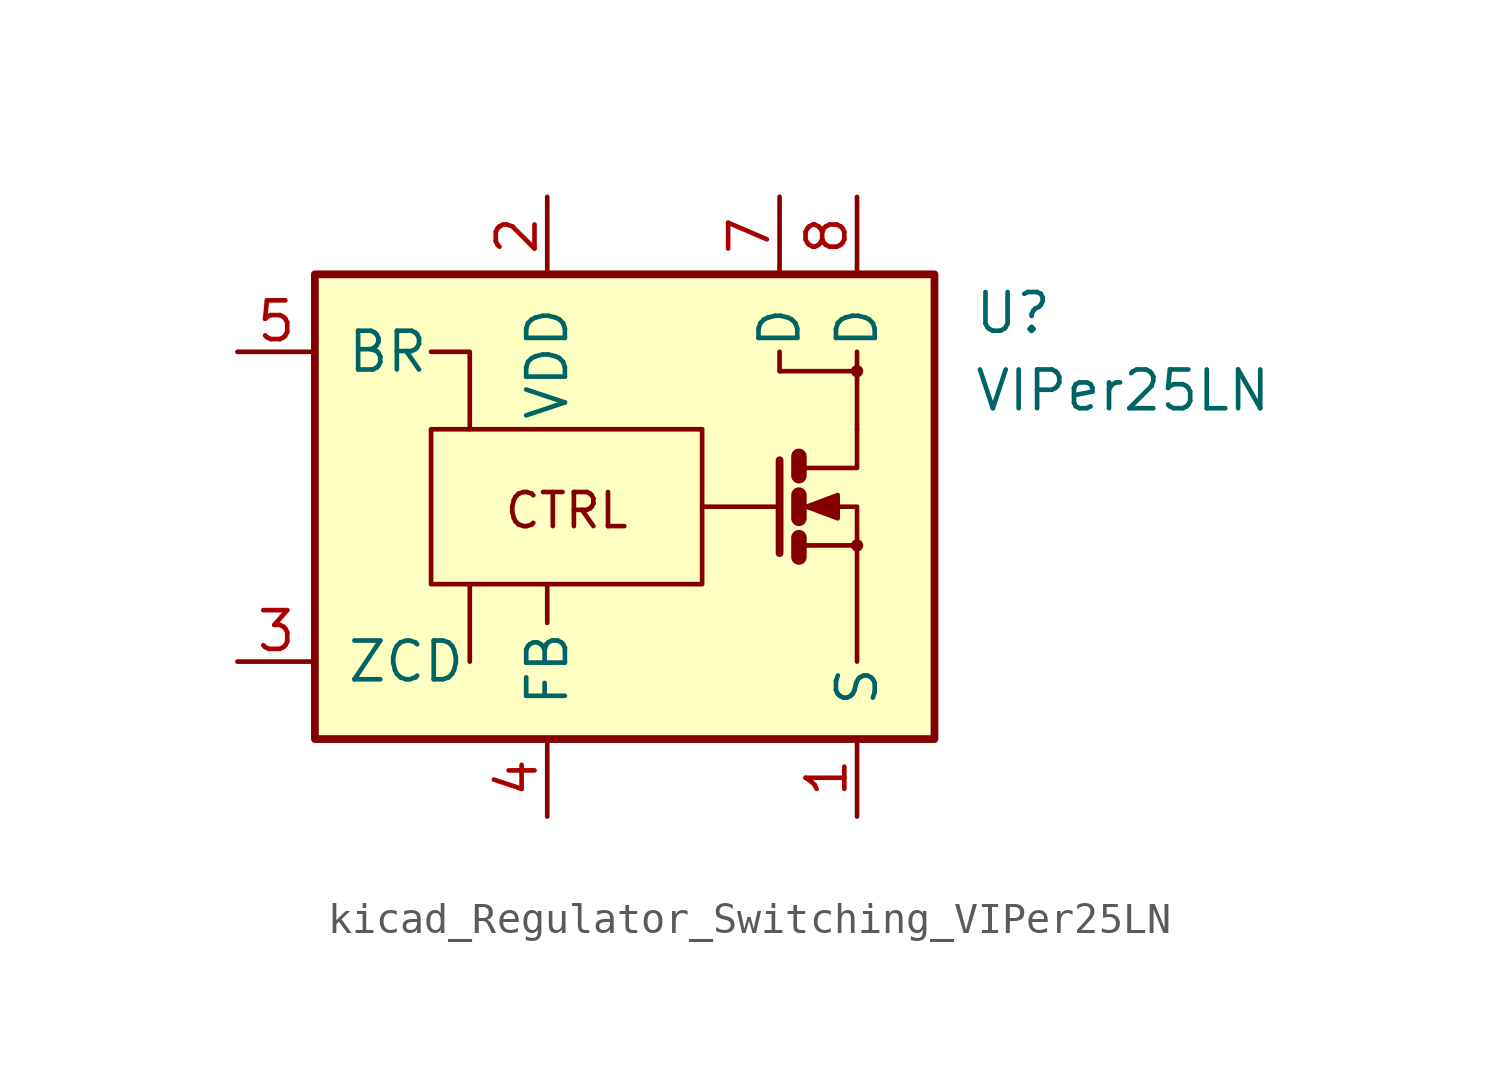
<source format=kicad_sym>
(kicad_symbol_lib
  (version 20220914)
  (generator kicad_symbol_editor)
  (symbol "kicad_Regulator_Switching_VIPer25LN"
    (pin_names
      (offset 1.016))
    (property "Reference" "U"
      (at 11.43 6.35 0)
      (effects (font (size 1.27 1.27)) (justify left)))
    (property "Value" "VIPer25LN"
      (at 11.43 3.81 0)
      (effects (font (size 1.27 1.27)) (justify left)))
    (symbol "kicad_Regulator_Switching_VIPer25LN_0_0"
      (rectangle (start -10.16 7.62) (end 10.16 -7.62) (stroke (width 0.254) (type default)) (fill (type background)))
      (polyline (pts (xy -5.08 -2.54) (xy -5.08 -5.08)) (stroke (width 0) (type default)) (fill (type none)))
      (polyline (pts (xy 5.08 5.08) (xy 5.08 4.445)) (stroke (width 0) (type default)) (fill (type none)))
      (polyline (pts (xy 7.62 2.54) (xy 7.62 4.445)) (stroke (width 0) (type default)) (fill (type none)))
      (polyline (pts (xy -6.35 5.08) (xy -5.08 5.08) (xy -5.08 2.54)) (stroke (width 0) (type default)) (fill (type none)))
      (circle (center 7.62 -1.27) (radius 0.127) (stroke (width 0) (type default)) (fill (type none)))
      (circle (center 7.62 4.445) (radius 0.127) (stroke (width 0) (type default)) (fill (type none)))
      (text "CTRL" (at -1.905 -0.127 0) (effects (font (size 1.118 1.118)))))
    (symbol "kicad_Regulator_Switching_VIPer25LN_0_1"
      (rectangle (start -6.35 -2.54) (end 2.54 2.54) (stroke (width 0) (type default)) (fill (type none)))
      (polyline (pts (xy -2.54 -3.81) (xy -2.54 -2.54)) (stroke (width 0) (type default)) (fill (type none)))
      (polyline (pts (xy 5.08 0) (xy 2.54 0)) (stroke (width 0) (type default)) (fill (type none)))
      (polyline (pts (xy 5.715 -1.27) (xy 7.62 -1.27)) (stroke (width 0) (type default)) (fill (type none)))
      (polyline (pts (xy 5.715 -1.016) (xy 5.715 -1.651)) (stroke (width 0.508) (type default)) (fill (type none)))
      (polyline (pts (xy 5.715 0.381) (xy 5.715 -0.381)) (stroke (width 0.508) (type default)) (fill (type none)))
      (polyline (pts (xy 5.715 1.651) (xy 5.715 1.016)) (stroke (width 0.508) (type default)) (fill (type none)))
      (polyline (pts (xy 5.08 1.524) (xy 5.08 -1.524) (xy 5.08 -1.524)) (stroke (width 0.254) (type default)) (fill (type none)))
      (polyline (pts (xy 5.08 4.445) (xy 7.62 4.445) (xy 7.62 5.08)) (stroke (width 0) (type default)) (fill (type none)))
      (polyline (pts (xy 7.62 -1.27) (xy 7.62 -5.08) (xy 7.62 -3.048)) (stroke (width 0) (type default)) (fill (type none)))
      (polyline (pts (xy 5.842 1.27) (xy 7.62 1.27) (xy 7.62 2.54) (xy 7.62 2.54)) (stroke (width 0) (type default)) (fill (type none)))
      (polyline (pts (xy 5.842 0) (xy 6.35 0) (xy 7.62 0) (xy 7.62 -1.27) (xy 7.62 -1.27)) (stroke (width 0) (type default)) (fill (type none)))
      (polyline (pts (xy 5.969 0) (xy 6.985 0.381) (xy 6.985 -0.381) (xy 5.969 0) (xy 6.096 0) (xy 6.096 0)) (stroke (width 0) (type default)) (fill (type outline))))
    (symbol "kicad_Regulator_Switching_VIPer25LN_1_1"
      (pin passive line (at 7.62 -10.16 90) (length 2.54) (name "S" (effects (font (size 1.27 1.27)))) (number "1" (effects (font (size 1.27 1.27)))))
      (pin power_in line (at -2.54 10.16 270) (length 2.54) (name "VDD" (effects (font (size 1.27 1.27)))) (number "2" (effects (font (size 1.27 1.27)))))
      (pin input line (at -12.7 -5.08 0) (length 2.54) (name "ZCD" (effects (font (size 1.27 1.27)))) (number "3" (effects (font (size 1.27 1.27)))))
      (pin input line (at -2.54 -10.16 90) (length 2.54) (name "FB" (effects (font (size 1.27 1.27)))) (number "4" (effects (font (size 1.27 1.27)))))
      (pin input line (at -12.7 5.08 0) (length 2.54) (name "BR" (effects (font (size 1.27 1.27)))) (number "5" (effects (font (size 1.27 1.27)))))
      (pin passive line (at 5.08 10.16 270) (length 2.54) (name "D" (effects (font (size 1.27 1.27)))) (number "7" (effects (font (size 1.27 1.27)))))
      (pin passive line (at 7.62 10.16 270) (length 2.54) (name "D" (effects (font (size 1.27 1.27)))) (number "8" (effects (font (size 1.27 1.27))))))))
</source>
